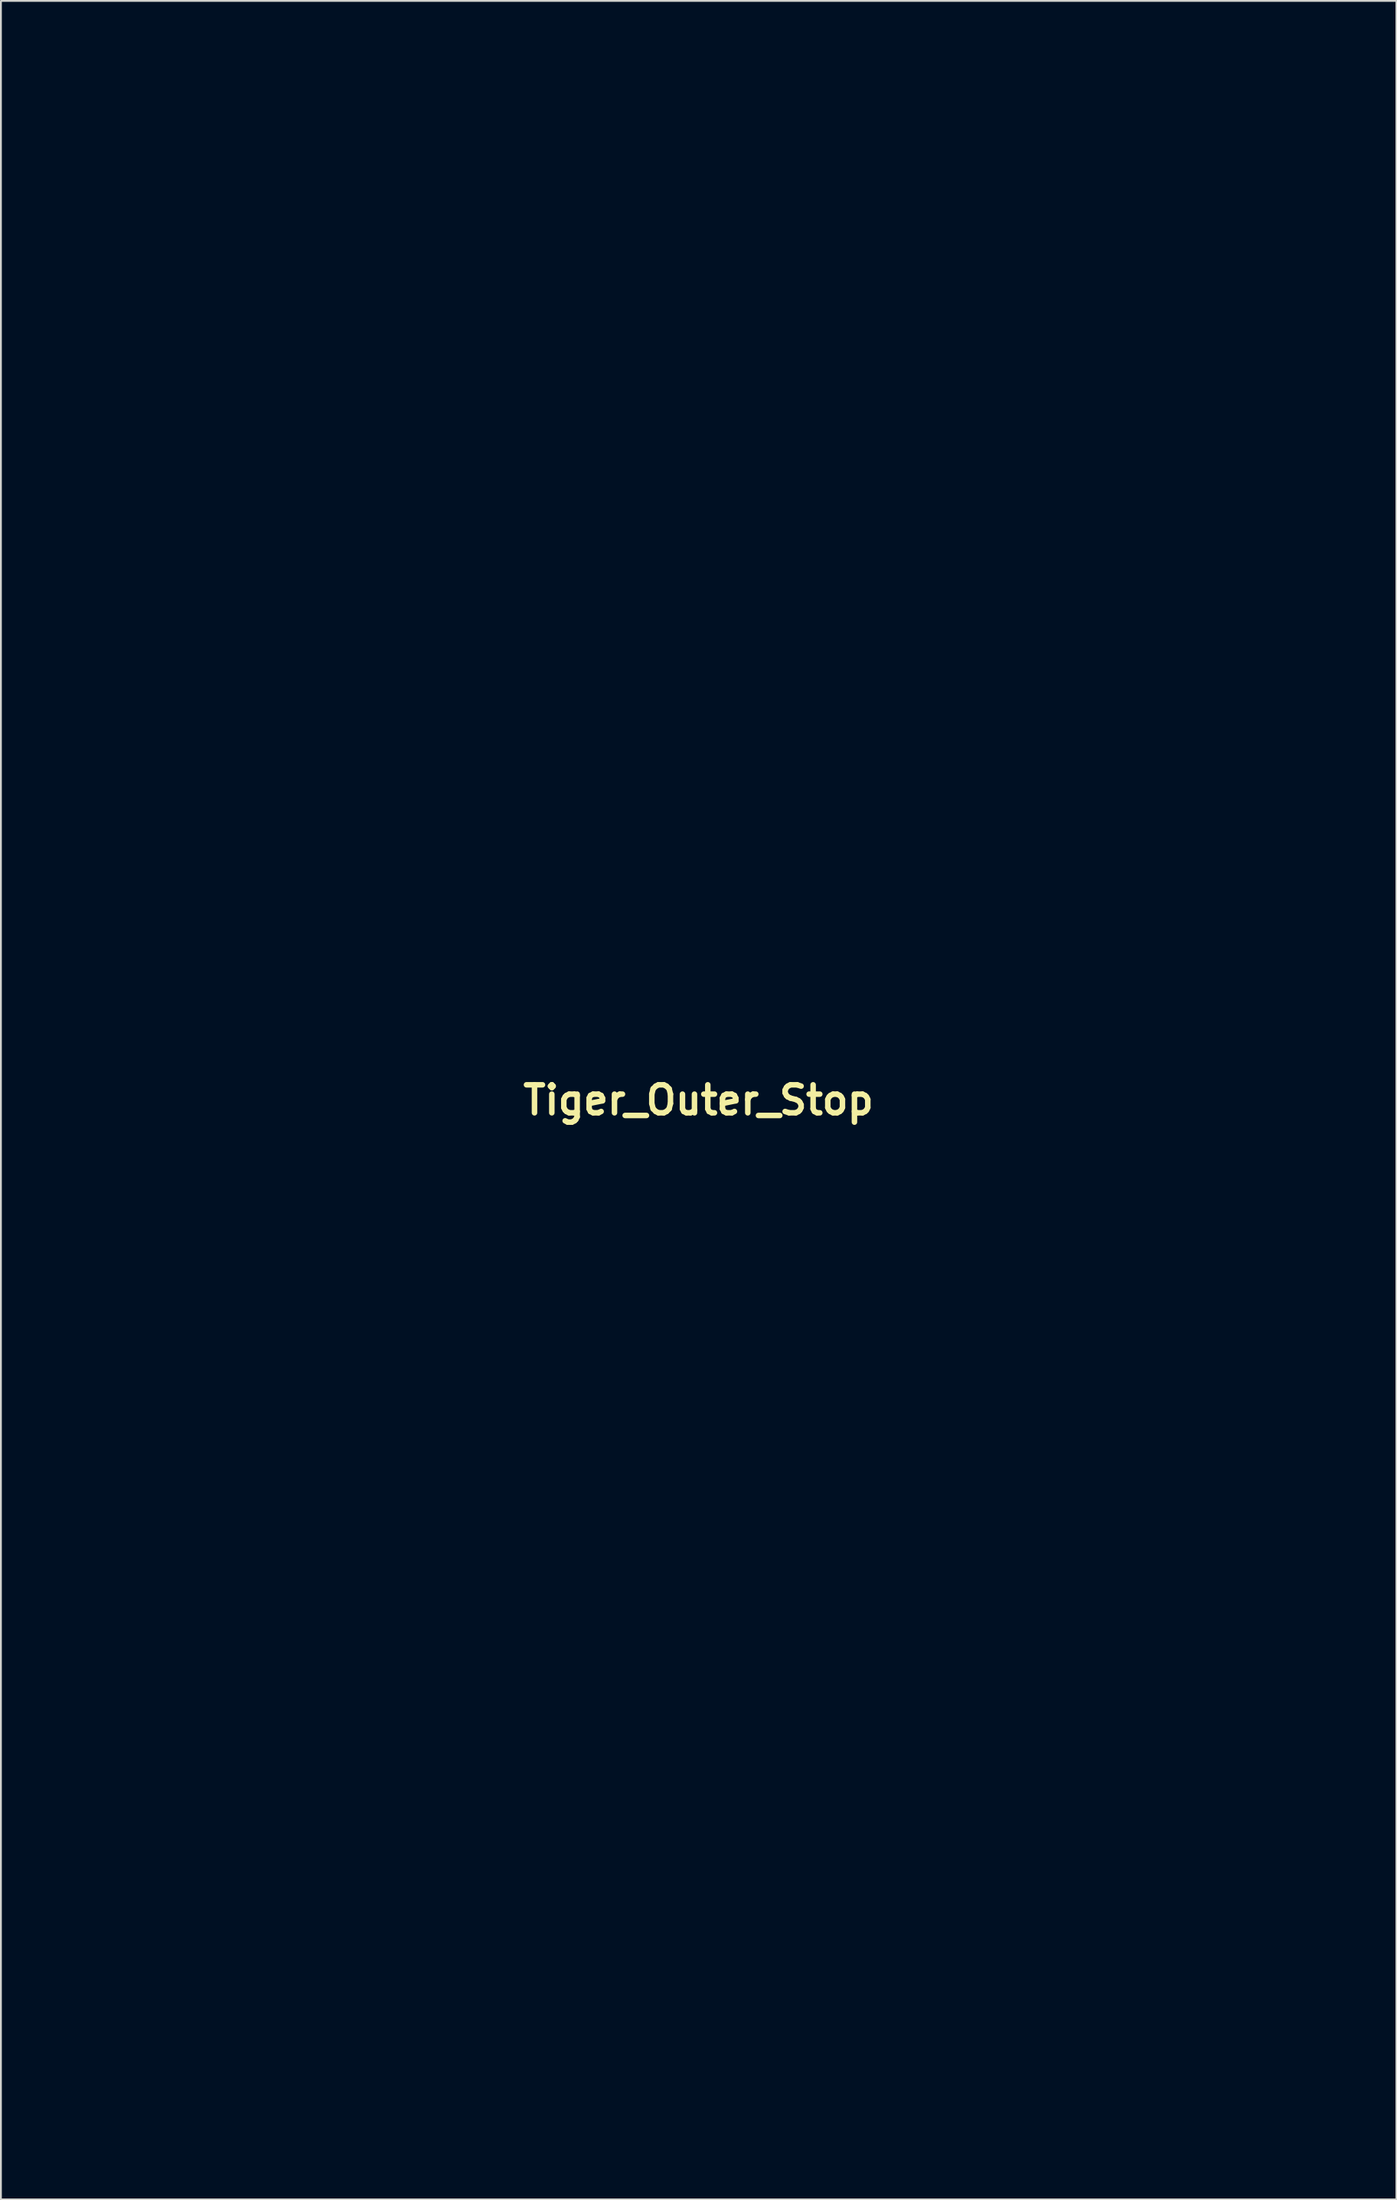
<source format=kicad_pcb>
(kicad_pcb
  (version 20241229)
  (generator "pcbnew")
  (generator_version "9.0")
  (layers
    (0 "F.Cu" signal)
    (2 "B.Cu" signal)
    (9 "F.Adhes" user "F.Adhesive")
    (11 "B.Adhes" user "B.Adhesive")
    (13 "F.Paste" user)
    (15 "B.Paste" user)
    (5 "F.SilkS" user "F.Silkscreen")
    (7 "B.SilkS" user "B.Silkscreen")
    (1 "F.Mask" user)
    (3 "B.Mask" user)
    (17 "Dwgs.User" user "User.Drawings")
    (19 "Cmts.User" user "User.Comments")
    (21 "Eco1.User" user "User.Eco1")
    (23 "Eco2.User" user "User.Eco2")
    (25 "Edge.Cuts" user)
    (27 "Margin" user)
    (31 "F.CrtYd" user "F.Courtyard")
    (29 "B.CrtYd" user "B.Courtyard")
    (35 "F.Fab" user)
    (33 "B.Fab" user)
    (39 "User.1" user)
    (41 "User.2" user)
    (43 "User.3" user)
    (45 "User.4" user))
  (footprint "Tiger_Outer_Stop"
    (layer "F.Cu")
    (at 34.972 56.816)
    (property "Reference" "Tiger_Outer_Stop" (at 0 0 0) (layer "F.SilkS") (effects (font (size 1.524 1.524) (thickness 0.3))))
    (attr through_hole)
    (fp_poly (pts (xy 34.989 56.811) (xy -34.967 56.811) (xy -34.967 -33.869) (xy -18.627 -33.869) (xy -18.627 -33.658) (xy -18.625 -33.452) (xy -18.622 -33.257) (xy -18.618 -33.081) (xy -18.612 -32.928) (xy -18.606 -32.807) (xy -18.606 -32.805) (xy -18.545 -32.136) (xy -18.458 -31.493) (xy -18.343 -30.871) (xy -18.199 -30.263) (xy -18.025 -29.661) (xy -17.918 -29.337) (xy -17.713 -28.795) (xy -17.475 -28.255) (xy -17.207 -27.723) (xy -16.915 -27.21) (xy -16.601 -26.723) (xy -16.401 -26.441) (xy -16.337 -26.356) (xy -16.276 -26.275) (xy -16.217 -26.197) (xy -16.156 -26.12) (xy -16.092 -26.042) (xy -16.024 -25.961) (xy -15.949 -25.874) (xy -15.865 -25.779) (xy -15.771 -25.674) (xy -15.665 -25.558) (xy -15.544 -25.428) (xy -15.407 -25.281) (xy -15.252 -25.117) (xy -15.076 -24.932) (xy -14.879 -24.725) (xy -14.658 -24.493) (xy -14.411 -24.235) (xy -14.173 -23.987) (xy -14.026 -23.833) (xy -13.957 -22.156) (xy -13.937 -21.677) (xy -13.918 -21.236) (xy -13.901 -20.832) (xy -13.884 -20.459) (xy -13.867 -20.116) (xy -13.851 -19.798) (xy -13.835 -19.502) (xy -13.819 -19.226) (xy -13.803 -18.965) (xy -13.787 -18.716) (xy -13.77 -18.477) (xy -13.752 -18.243) (xy -13.733 -18.011) (xy -13.712 -17.778) (xy -13.691 -17.541) (xy -13.672 -17.346) (xy -13.615 -16.78) (xy -13.552 -16.231) (xy -13.485 -15.702) (xy -13.413 -15.196) (xy -13.338 -14.715) (xy -13.26 -14.262) (xy -13.178 -13.839) (xy -13.094 -13.449) (xy -13.008 -13.095) (xy -12.921 -12.779) (xy -12.867 -12.605) (xy -12.768 -12.341) (xy -12.64 -12.059) (xy -12.489 -11.768) (xy -12.318 -11.476) (xy -12.132 -11.191) (xy -11.937 -10.922) (xy -11.793 -10.742) (xy -11.746 -10.687) (xy -11.675 -10.605) (xy -11.583 -10.499) (xy -11.474 -10.374) (xy -11.35 -10.233) (xy -11.217 -10.081) (xy -11.077 -9.921) (xy -10.939 -9.764) (xy -10.802 -9.609) (xy -10.674 -9.463) (xy -10.558 -9.329) (xy -10.456 -9.212) (xy -10.371 -9.112) (xy -10.306 -9.035) (xy -10.263 -8.983) (xy -10.245 -8.958) (xy -10.245 -8.957) (xy -10.263 -8.944) (xy -10.315 -8.914) (xy -10.397 -8.869) (xy -10.506 -8.811) (xy -10.636 -8.743) (xy -10.785 -8.666) (xy -10.948 -8.583) (xy -11.033 -8.54) (xy -11.33 -8.39) (xy -11.592 -8.257) (xy -11.82 -8.14) (xy -12.017 -8.037) (xy -12.186 -7.948) (xy -12.329 -7.871) (xy -12.449 -7.804) (xy -12.547 -7.746) (xy -12.626 -7.697) (xy -12.658 -7.677) (xy -13.002 -7.425) (xy -13.331 -7.145) (xy -13.64 -6.84) (xy -13.926 -6.515) (xy -14.188 -6.172) (xy -14.422 -5.817) (xy -14.625 -5.453) (xy -14.794 -5.084) (xy -14.927 -4.714) (xy -15.007 -4.407) (xy -15.056 -4.14) (xy -15.08 -3.893) (xy -15.077 -3.657) (xy -15.048 -3.424) (xy -14.99 -3.183) (xy -14.904 -2.927) (xy -14.848 -2.783) (xy -14.71 -2.464) (xy -14.548 -2.116) (xy -14.361 -1.739) (xy -14.151 -1.333) (xy -13.915 -0.896) (xy -13.655 -0.429) (xy -13.37 0.068) (xy -13.06 0.596) (xy -12.724 1.155) (xy -12.363 1.745) (xy -11.976 2.368) (xy -11.563 3.022) (xy -11.124 3.709) (xy -10.727 4.323) (xy -10.277 5.012) (xy -9.844 5.663) (xy -9.429 6.277) (xy -9.031 6.855) (xy -8.65 7.397) (xy -8.285 7.903) (xy -7.936 8.374) (xy -7.602 8.811) (xy -7.283 9.214) (xy -6.979 9.583) (xy -6.689 9.92) (xy -6.413 10.225) (xy -6.15 10.498) (xy -5.899 10.739) (xy -5.661 10.95) (xy -5.436 11.131) (xy -5.221 11.282) (xy -5.13 11.339) (xy -5.077 11.368) (xy -4.99 11.412) (xy -4.874 11.469) (xy -4.732 11.536) (xy -4.57 11.612) (xy -4.392 11.695) (xy -4.203 11.781) (xy -4.006 11.87) (xy -3.996 11.874) (xy -3.806 11.96) (xy -3.63 12.04) (xy -3.469 12.113) (xy -3.328 12.179) (xy -3.21 12.234) (xy -3.12 12.277) (xy -3.059 12.307) (xy -3.034 12.322) (xy -3.033 12.323) (xy -3.047 12.341) (xy -3.088 12.388) (xy -3.152 12.461) (xy -3.238 12.557) (xy -3.343 12.675) (xy -3.465 12.812) (xy -3.602 12.965) (xy -3.751 13.131) (xy -3.91 13.308) (xy -4.024 13.434) (xy -4.32 13.764) (xy -4.589 14.065) (xy -4.834 14.339) (xy -5.056 14.589) (xy -5.258 14.817) (xy -5.441 15.026) (xy -5.607 15.218) (xy -5.759 15.395) (xy -5.898 15.56) (xy -6.026 15.715) (xy -6.145 15.862) (xy -6.258 16.004) (xy -6.366 16.143) (xy -6.471 16.281) (xy -6.576 16.422) (xy -6.681 16.566) (xy -6.79 16.717) (xy -6.809 16.743) (xy -6.988 16.998) (xy -7.163 17.254) (xy -7.334 17.515) (xy -7.505 17.784) (xy -7.677 18.066) (xy -7.854 18.365) (xy -8.037 18.684) (xy -8.23 19.029) (xy -8.434 19.403) (xy -8.652 19.81) (xy -8.731 19.96) (xy -8.983 20.434) (xy -9.22 20.871) (xy -9.442 21.276) (xy -9.652 21.651) (xy -9.852 21.999) (xy -10.042 22.322) (xy -10.225 22.625) (xy -10.402 22.909) (xy -10.431 22.954) (xy -10.537 23.12) (xy -10.623 23.256) (xy -10.692 23.366) (xy -10.747 23.456) (xy -10.792 23.531) (xy -10.83 23.596) (xy -10.863 23.656) (xy -10.895 23.716) (xy -10.928 23.782) (xy -11.011 23.96) (xy -11.084 24.142) (xy -11.146 24.333) (xy -11.199 24.535) (xy -11.243 24.753) (xy -11.278 24.989) (xy -11.305 25.248) (xy -11.324 25.532) (xy -11.336 25.846) (xy -11.342 26.193) (xy -11.341 26.576) (xy -11.338 26.808) (xy -11.325 27.341) (xy -11.306 27.86) (xy -11.281 28.363) (xy -11.249 28.846) (xy -11.212 29.307) (xy -11.169 29.742) (xy -11.121 30.149) (xy -11.067 30.524) (xy -11.01 30.865) (xy -10.947 31.168) (xy -10.912 31.316) (xy -10.843 31.604) (xy -10.777 31.909) (xy -10.716 32.236) (xy -10.656 32.586) (xy -10.6 32.964) (xy -10.545 33.372) (xy -10.493 33.813) (xy -10.441 34.289) (xy -10.39 34.805) (xy -10.382 34.883) (xy -10.339 35.331) (xy -10.295 35.74) (xy -10.252 36.113) (xy -10.207 36.454) (xy -10.16 36.765) (xy -10.111 37.05) (xy -10.059 37.311) (xy -10.004 37.553) (xy -9.944 37.778) (xy -9.88 37.989) (xy -9.81 38.191) (xy -9.734 38.385) (xy -9.653 38.57) (xy -9.567 38.748) (xy -9.466 38.936) (xy -9.358 39.124) (xy -9.248 39.301) (xy -9.142 39.458) (xy -9.066 39.559) (xy -8.942 39.701) (xy -8.784 39.862) (xy -8.594 40.038) (xy -8.376 40.228) (xy -8.133 40.429) (xy -7.867 40.638) (xy -7.582 40.853) (xy -7.28 41.072) (xy -6.965 41.292) (xy -6.774 41.422) (xy -6.329 41.719) (xy 13.579 41.719) (xy 13.629 41.534) (xy 13.796 40.905) (xy 13.95 40.292) (xy 14.09 39.698) (xy 14.215 39.129) (xy 14.326 38.586) (xy 14.42 38.075) (xy 14.497 37.598) (xy 14.498 37.592) (xy 14.521 37.437) (xy 14.541 37.286) (xy 14.561 37.134) (xy 14.579 36.973) (xy 14.598 36.798) (xy 14.618 36.602) (xy 14.639 36.378) (xy 14.662 36.12) (xy 14.669 36.047) (xy 14.698 35.725) (xy 14.726 35.442) (xy 14.752 35.194) (xy 14.778 34.977) (xy 14.804 34.788) (xy 14.832 34.622) (xy 14.86 34.476) (xy 14.891 34.346) (xy 14.924 34.229) (xy 14.961 34.121) (xy 15.002 34.018) (xy 15.035 33.945) (xy 15.128 33.773) (xy 15.242 33.623) (xy 15.383 33.486) (xy 15.557 33.355) (xy 15.758 33.213) (xy 15.94 33.069) (xy 16.116 32.912) (xy 16.3 32.73) (xy 16.31 32.72) (xy 16.513 32.504) (xy 16.709 32.281) (xy 16.894 32.057) (xy 17.063 31.838) (xy 17.211 31.629) (xy 17.336 31.435) (xy 17.43 31.266) (xy 17.478 31.146) (xy 17.524 30.986) (xy 17.567 30.787) (xy 17.607 30.551) (xy 17.645 30.279) (xy 17.68 29.973) (xy 17.712 29.635) (xy 17.74 29.267) (xy 17.766 28.87) (xy 17.789 28.445) (xy 17.809 27.995) (xy 17.825 27.522) (xy 17.838 27.026) (xy 17.848 26.51) (xy 17.855 25.974) (xy 17.858 25.422) (xy 17.857 24.855) (xy 17.854 24.273) (xy 17.846 23.68) (xy 17.835 23.076) (xy 17.82 22.463) (xy 17.801 21.844) (xy 17.78 21.251) (xy 17.747 20.469) (xy 17.711 19.723) (xy 17.67 19.006) (xy 17.624 18.314) (xy 17.573 17.639) (xy 17.516 16.975) (xy 17.453 16.317) (xy 17.383 15.658) (xy 17.305 14.992) (xy 17.22 14.313) (xy 17.126 13.614) (xy 17.113 13.527) (xy 17.088 13.343) (xy 17.064 13.171) (xy 17.043 13.016) (xy 17.025 12.882) (xy 17.011 12.774) (xy 17.002 12.698) (xy 16.997 12.657) (xy 16.997 12.653) (xy 17.008 12.627) (xy 17.04 12.57) (xy 17.091 12.485) (xy 17.158 12.374) (xy 17.24 12.243) (xy 17.333 12.093) (xy 17.437 11.93) (xy 17.548 11.756) (xy 17.567 11.727) (xy 17.75 11.442) (xy 17.912 11.189) (xy 18.055 10.962) (xy 18.183 10.757) (xy 18.298 10.57) (xy 18.401 10.397) (xy 18.497 10.233) (xy 18.587 10.073) (xy 18.673 9.915) (xy 18.759 9.752) (xy 18.847 9.581) (xy 18.939 9.398) (xy 19.038 9.198) (xy 19.043 9.186) (xy 19.375 8.487) (xy 19.701 7.748) (xy 20.023 6.97) (xy 20.339 6.156) (xy 20.649 5.307) (xy 20.953 4.426) (xy 21.249 3.513) (xy 21.537 2.572) (xy 21.818 1.603) (xy 22.089 0.609) (xy 22.351 -0.408) (xy 22.603 -1.447) (xy 22.845 -2.505) (xy 23.076 -3.582) (xy 23.295 -4.674) (xy 23.502 -5.78) (xy 23.697 -6.898) (xy 23.748 -7.207) (xy 23.793 -7.479) (xy 23.83 -7.717) (xy 23.862 -7.926) (xy 23.89 -8.116) (xy 23.913 -8.292) (xy 23.932 -8.462) (xy 23.949 -8.633) (xy 23.965 -8.812) (xy 23.98 -9.006) (xy 23.994 -9.222) (xy 24.01 -9.468) (xy 24.013 -9.525) (xy 24.036 -9.941) (xy 24.057 -10.38) (xy 24.075 -10.836) (xy 24.089 -11.306) (xy 24.101 -11.784) (xy 24.111 -12.265) (xy 24.117 -12.745) (xy 24.12 -13.218) (xy 24.121 -13.681) (xy 24.118 -14.128) (xy 24.112 -14.554) (xy 24.103 -14.955) (xy 24.091 -15.325) (xy 24.076 -15.661) (xy 24.067 -15.812) (xy 24.035 -16.263) (xy 23.997 -16.695) (xy 23.951 -17.112) (xy 23.896 -17.518) (xy 23.833 -17.916) (xy 23.758 -18.31) (xy 23.672 -18.704) (xy 23.574 -19.101) (xy 23.463 -19.507) (xy 23.337 -19.923) (xy 23.196 -20.354) (xy 23.038 -20.805) (xy 22.863 -21.277) (xy 22.67 -21.776) (xy 22.458 -22.306) (xy 22.282 -22.733) (xy 21.81 -23.843) (xy 21.332 -24.912) (xy 20.848 -25.941) (xy 20.358 -26.932) (xy 19.86 -27.885) (xy 19.354 -28.801) (xy 18.84 -29.682) (xy 18.316 -30.529) (xy 17.783 -31.343) (xy 17.239 -32.125) (xy 16.683 -32.875) (xy 16.116 -33.596) (xy 15.823 -33.951) (xy 15.61 -34.202) (xy 15.376 -34.469) (xy 15.128 -34.745) (xy 14.87 -35.027) (xy 14.606 -35.31) (xy 14.342 -35.588) (xy 14.081 -35.857) (xy 13.829 -36.112) (xy 13.589 -36.348) (xy 13.367 -36.56) (xy 13.185 -36.728) (xy 12.825 -37.044) (xy 12.466 -37.344) (xy 12.104 -37.629) (xy 11.734 -37.903) (xy 11.353 -38.168) (xy 10.956 -38.426) (xy 10.54 -38.681) (xy 10.1 -38.936) (xy 9.632 -39.192) (xy 9.132 -39.452) (xy 8.596 -39.719) (xy 8.477 -39.777) (xy 7.701 -40.147) (xy 6.955 -40.49) (xy 6.235 -40.807) (xy 5.54 -41.097) (xy 4.868 -41.363) (xy 4.216 -41.605) (xy 3.582 -41.824) (xy 2.963 -42.021) (xy 2.559 -42.141) (xy 2.326 -42.206) (xy 2.091 -42.268) (xy 1.847 -42.328) (xy 1.589 -42.389) (xy 1.309 -42.451) (xy 1.002 -42.515) (xy 0.66 -42.585) (xy 0.582 -42.6) (xy 0.195 -42.678) (xy -0.155 -42.752) (xy -0.473 -42.824) (xy -0.763 -42.894) (xy -1.031 -42.964) (xy -1.281 -43.035) (xy -1.518 -43.11) (xy -1.746 -43.188) (xy -1.972 -43.273) (xy -2.199 -43.364) (xy -2.432 -43.463) (xy -2.455 -43.473) (xy -2.652 -43.551) (xy -2.866 -43.618) (xy -3.101 -43.675) (xy -3.361 -43.722) (xy -3.648 -43.761) (xy -3.966 -43.791) (xy -4.318 -43.812) (xy -4.707 -43.827) (xy -4.827 -43.829) (xy -5.309 -43.831) (xy -5.764 -43.816) (xy -6.202 -43.781) (xy -6.635 -43.727) (xy -7.075 -43.652) (xy -7.451 -43.573) (xy -8.073 -43.415) (xy -8.706 -43.22) (xy -9.351 -42.987) (xy -10.007 -42.717) (xy -10.677 -42.408) (xy -11.359 -42.06) (xy -12.054 -41.674) (xy -12.763 -41.25) (xy -13.487 -40.786) (xy -14.213 -40.291) (xy -14.796 -39.87) (xy -15.338 -39.45) (xy -15.839 -39.033) (xy -16.299 -38.618) (xy -16.718 -38.206) (xy -17.094 -37.796) (xy -17.43 -37.39) (xy -17.723 -36.986) (xy -17.975 -36.586) (xy -18.133 -36.292) (xy -18.262 -36.026) (xy -18.367 -35.786) (xy -18.451 -35.565) (xy -18.515 -35.357) (xy -18.562 -35.153) (xy -18.594 -34.949) (xy -18.605 -34.851) (xy -18.612 -34.754) (xy -18.617 -34.621) (xy -18.621 -34.46) (xy -18.624 -34.276) (xy -18.626 -34.077) (xy -18.627 -33.869) (xy -34.967 -33.869) (xy -34.967 -56.811) (xy 34.989 -56.811) (xy 34.989 56.811)) (stroke (width 0.01) (type solid)) (fill yes) (layer "F.Mask")))
  (gr_rect
    (start -3 -3)
    (end 72.966 116.633)
    (stroke (width 0.1) (type default))
    (fill no)
    (layer "Edge.Cuts")))
</source>
